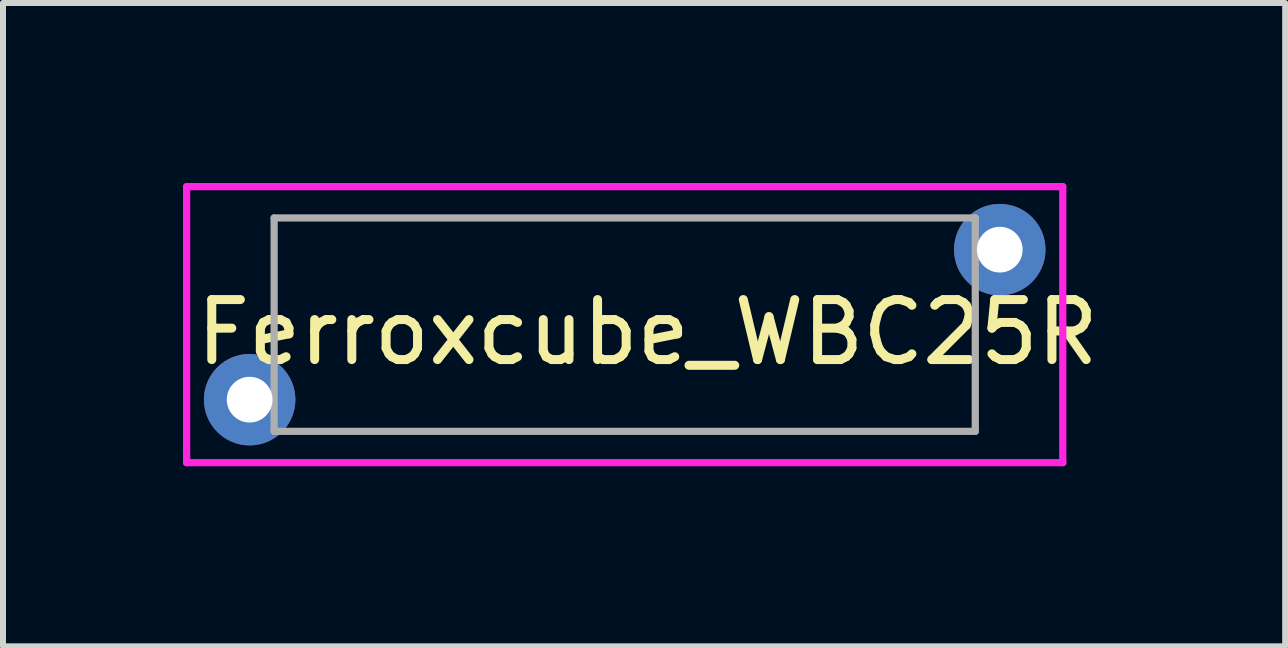
<source format=kicad_pcb>
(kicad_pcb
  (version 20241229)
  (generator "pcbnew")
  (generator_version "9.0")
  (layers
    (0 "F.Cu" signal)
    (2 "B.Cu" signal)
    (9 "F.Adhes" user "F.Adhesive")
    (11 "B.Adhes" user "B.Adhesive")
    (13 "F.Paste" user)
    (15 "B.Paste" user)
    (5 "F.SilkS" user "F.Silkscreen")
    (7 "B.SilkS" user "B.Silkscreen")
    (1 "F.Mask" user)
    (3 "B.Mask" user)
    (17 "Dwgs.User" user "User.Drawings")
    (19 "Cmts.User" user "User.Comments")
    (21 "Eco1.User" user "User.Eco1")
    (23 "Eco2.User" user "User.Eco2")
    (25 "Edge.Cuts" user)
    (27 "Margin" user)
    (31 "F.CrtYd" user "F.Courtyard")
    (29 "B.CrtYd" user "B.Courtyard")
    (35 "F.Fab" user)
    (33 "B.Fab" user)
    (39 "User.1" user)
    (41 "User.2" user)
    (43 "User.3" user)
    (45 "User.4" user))
  (footprint "Ferroxcube_WBC25R"
    (layer "F.Cu")
    (at 7.36 2.36)
    (property "Reference" "Ferroxcube_WBC25R" (at 0.381 0.127 0) (layer "F.SilkS") (effects (font (size 1 1) (thickness 0.15))))
    (attr through_hole)
    (fp_line (start -7.3 -2.3) (end 7.3 -2.3) (stroke (width 0.12) (type solid)) (layer "F.CrtYd"))
    (fp_line (start -7.3 2.3) (end -7.3 -2.3) (stroke (width 0.12) (type solid)) (layer "F.CrtYd"))
    (fp_line (start -7.3 2.3) (end 7.3 2.3) (stroke (width 0.12) (type solid)) (layer "F.CrtYd"))
    (fp_line (start 7.3 -2.3) (end 7.3 2.3) (stroke (width 0.12) (type solid)) (layer "F.CrtYd"))
    (fp_line (start -5.842 -1.778) (end -5.842 1.778) (stroke (width 0.12) (type solid)) (layer "F.Fab"))
    (fp_line (start -5.842 1.778) (end 5.842 1.778) (stroke (width 0.12) (type solid)) (layer "F.Fab"))
    (fp_line (start 5.842 -1.778) (end -5.842 -1.778) (stroke (width 0.12) (type solid)) (layer "F.Fab"))
    (fp_line (start 5.842 1.778) (end 5.842 -1.778) (stroke (width 0.12) (type solid)) (layer "F.Fab"))
    (pad "1" thru_hole circle (at -6.25 1.25) (size 1.524 1.524) (drill 0.762) (layers "*.Cu" "*.Mask"))
    (pad "2" thru_hole circle (at 6.25 -1.25) (size 1.524 1.524) (drill 0.762) (layers "*.Cu" "*.Mask")))
  (gr_rect
    (start -3 -3)
    (end 18.366 7.72)
    (stroke (width 0.1) (type default))
    (fill no)
    (layer "Edge.Cuts")))
</source>
